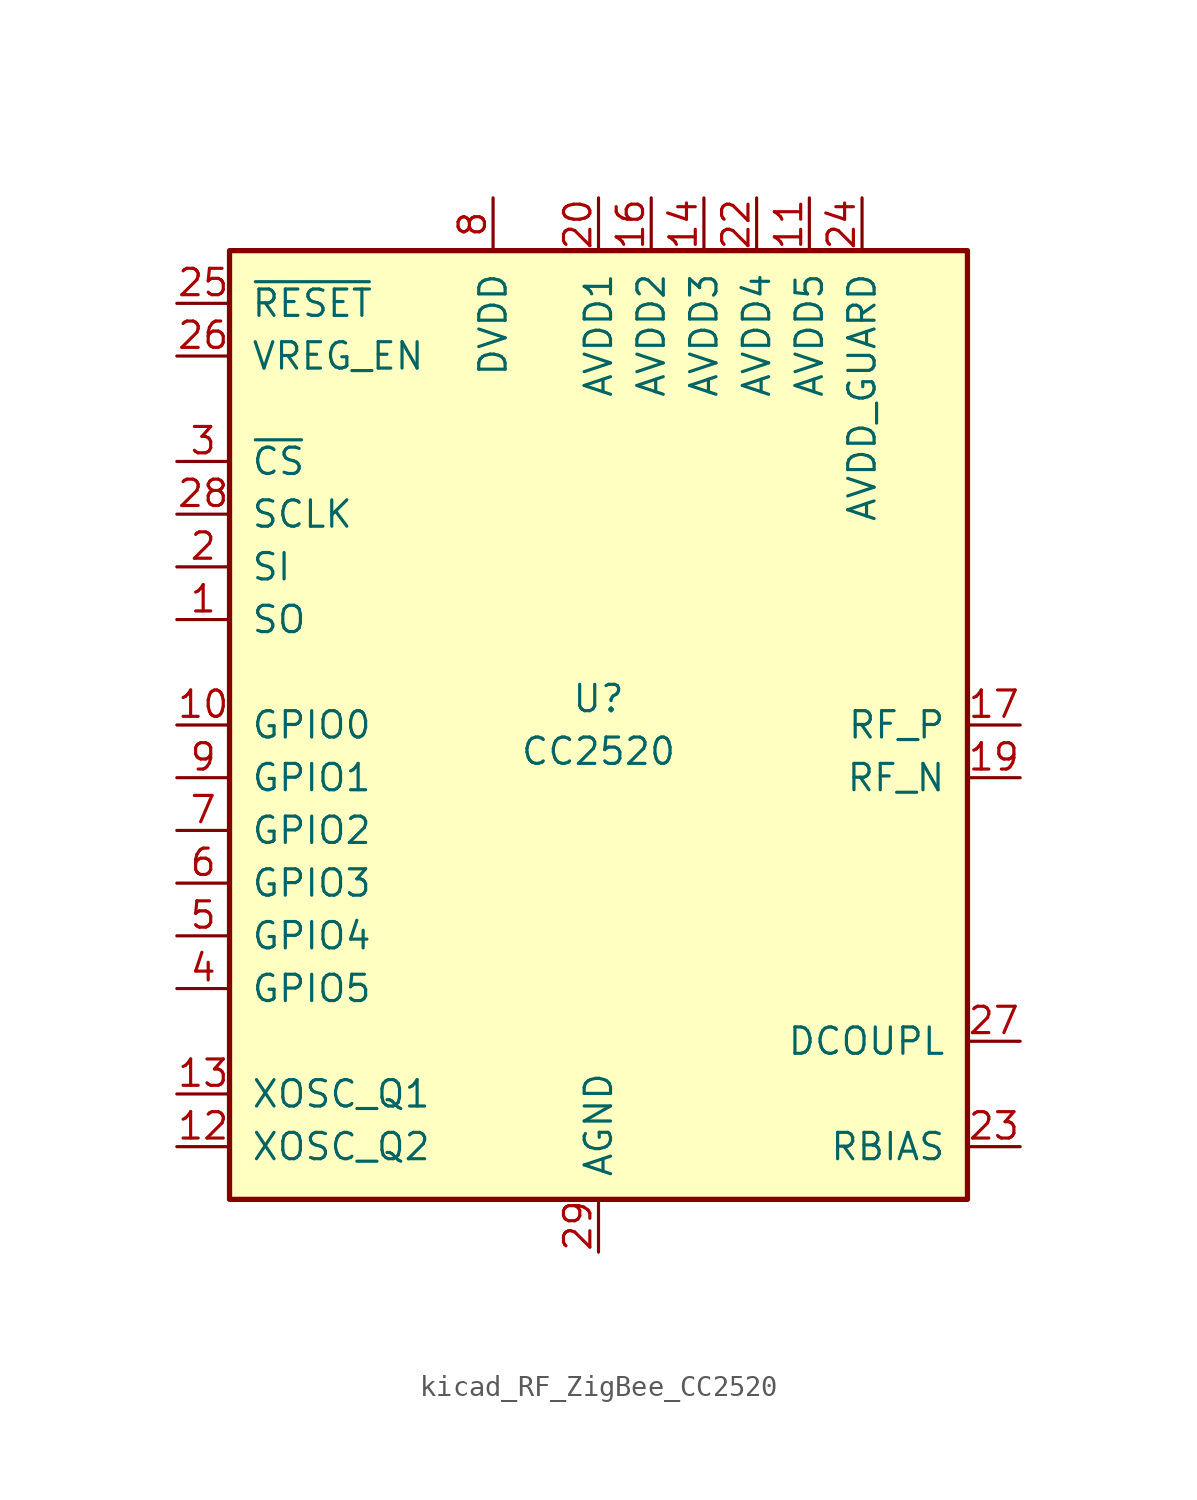
<source format=kicad_sym>
(kicad_symbol_lib
  (version 20220914)
  (generator kicad_symbol_editor)
  (symbol "kicad_RF_ZigBee_CC2520"
    (pin_names
      (offset 1.016))
    (property "Reference" "U"
      (at 0 1.27 0)
      (effects (font (size 1.27 1.27))))
    (property "Value" "CC2520"
      (at 0 -1.27 0)
      (effects (font (size 1.27 1.27))))
    (symbol "kicad_RF_ZigBee_CC2520_0_1"
      (rectangle (start -17.78 22.86) (end 17.78 -22.86) (stroke (width 0.254) (type default)) (fill (type background))))
    (symbol "kicad_RF_ZigBee_CC2520_1_1"
      (pin output line (at -20.32 5.08 0) (length 2.54) (name "SO" (effects (font (size 1.27 1.27)))) (number "1" (effects (font (size 1.27 1.27)))))
      (pin bidirectional line (at -20.32 0 0) (length 2.54) (name "GPIO0" (effects (font (size 1.27 1.27)))) (number "10" (effects (font (size 1.27 1.27)))))
      (pin power_in line (at 10.16 25.4 270) (length 2.54) (name "AVDD5" (effects (font (size 1.27 1.27)))) (number "11" (effects (font (size 1.27 1.27)))))
      (pin passive line (at -20.32 -20.32 0) (length 2.54) (name "XOSC_Q2" (effects (font (size 1.27 1.27)))) (number "12" (effects (font (size 1.27 1.27)))))
      (pin passive line (at -20.32 -17.78 0) (length 2.54) (name "XOSC_Q1" (effects (font (size 1.27 1.27)))) (number "13" (effects (font (size 1.27 1.27)))))
      (pin power_in line (at 5.08 25.4 270) (length 2.54) (name "AVDD3" (effects (font (size 1.27 1.27)))) (number "14" (effects (font (size 1.27 1.27)))))
      (pin no_connect line (at 2.54 -22.86 90) (length 2.54) hide (name "NC" (effects (font (size 1.27 1.27)))) (number "15" (effects (font (size 1.27 1.27)))))
      (pin power_in line (at 2.54 25.4 270) (length 2.54) (name "AVDD2" (effects (font (size 1.27 1.27)))) (number "16" (effects (font (size 1.27 1.27)))))
      (pin passive line (at 20.32 0 180) (length 2.54) (name "RF_P" (effects (font (size 1.27 1.27)))) (number "17" (effects (font (size 1.27 1.27)))))
      (pin passive line (at 20.32 -2.54 180) (length 2.54) (name "RF_N" (effects (font (size 1.27 1.27)))) (number "19" (effects (font (size 1.27 1.27)))))
      (pin input line (at -20.32 7.62 0) (length 2.54) (name "SI" (effects (font (size 1.27 1.27)))) (number "2" (effects (font (size 1.27 1.27)))))
      (pin power_in line (at 0 25.4 270) (length 2.54) (name "AVDD1" (effects (font (size 1.27 1.27)))) (number "20" (effects (font (size 1.27 1.27)))))
      (pin no_connect line (at 5.08 -22.86 90) (length 2.54) hide (name "NC" (effects (font (size 1.27 1.27)))) (number "21" (effects (font (size 1.27 1.27)))))
      (pin power_in line (at 7.62 25.4 270) (length 2.54) (name "AVDD4" (effects (font (size 1.27 1.27)))) (number "22" (effects (font (size 1.27 1.27)))))
      (pin passive line (at 20.32 -20.32 180) (length 2.54) (name "RBIAS" (effects (font (size 1.27 1.27)))) (number "23" (effects (font (size 1.27 1.27)))))
      (pin power_in line (at 12.7 25.4 270) (length 2.54) (name "AVDD_GUARD" (effects (font (size 1.27 1.27)))) (number "24" (effects (font (size 1.27 1.27)))))
      (pin input line (at -20.32 20.32 0) (length 2.54) (name "~{RESET}" (effects (font (size 1.27 1.27)))) (number "25" (effects (font (size 1.27 1.27)))))
      (pin input line (at -20.32 17.78 0) (length 2.54) (name "VREG_EN" (effects (font (size 1.27 1.27)))) (number "26" (effects (font (size 1.27 1.27)))))
      (pin passive line (at 20.32 -15.24 180) (length 2.54) (name "DCOUPL" (effects (font (size 1.27 1.27)))) (number "27" (effects (font (size 1.27 1.27)))))
      (pin input line (at -20.32 10.16 0) (length 2.54) (name "SCLK" (effects (font (size 1.27 1.27)))) (number "28" (effects (font (size 1.27 1.27)))))
      (pin power_in line (at 0 -25.4 90) (length 2.54) (name "AGND" (effects (font (size 1.27 1.27)))) (number "29" (effects (font (size 1.27 1.27)))))
      (pin input line (at -20.32 12.7 0) (length 2.54) (name "~{CS}" (effects (font (size 1.27 1.27)))) (number "3" (effects (font (size 1.27 1.27)))))
      (pin bidirectional line (at -20.32 -12.7 0) (length 2.54) (name "GPIO5" (effects (font (size 1.27 1.27)))) (number "4" (effects (font (size 1.27 1.27)))))
      (pin bidirectional line (at -20.32 -10.16 0) (length 2.54) (name "GPIO4" (effects (font (size 1.27 1.27)))) (number "5" (effects (font (size 1.27 1.27)))))
      (pin bidirectional line (at -20.32 -7.62 0) (length 2.54) (name "GPIO3" (effects (font (size 1.27 1.27)))) (number "6" (effects (font (size 1.27 1.27)))))
      (pin bidirectional line (at -20.32 -5.08 0) (length 2.54) (name "GPIO2" (effects (font (size 1.27 1.27)))) (number "7" (effects (font (size 1.27 1.27)))))
      (pin power_in line (at -5.08 25.4 270) (length 2.54) (name "DVDD" (effects (font (size 1.27 1.27)))) (number "8" (effects (font (size 1.27 1.27)))))
      (pin bidirectional line (at -20.32 -2.54 0) (length 2.54) (name "GPIO1" (effects (font (size 1.27 1.27)))) (number "9" (effects (font (size 1.27 1.27))))))))
</source>
